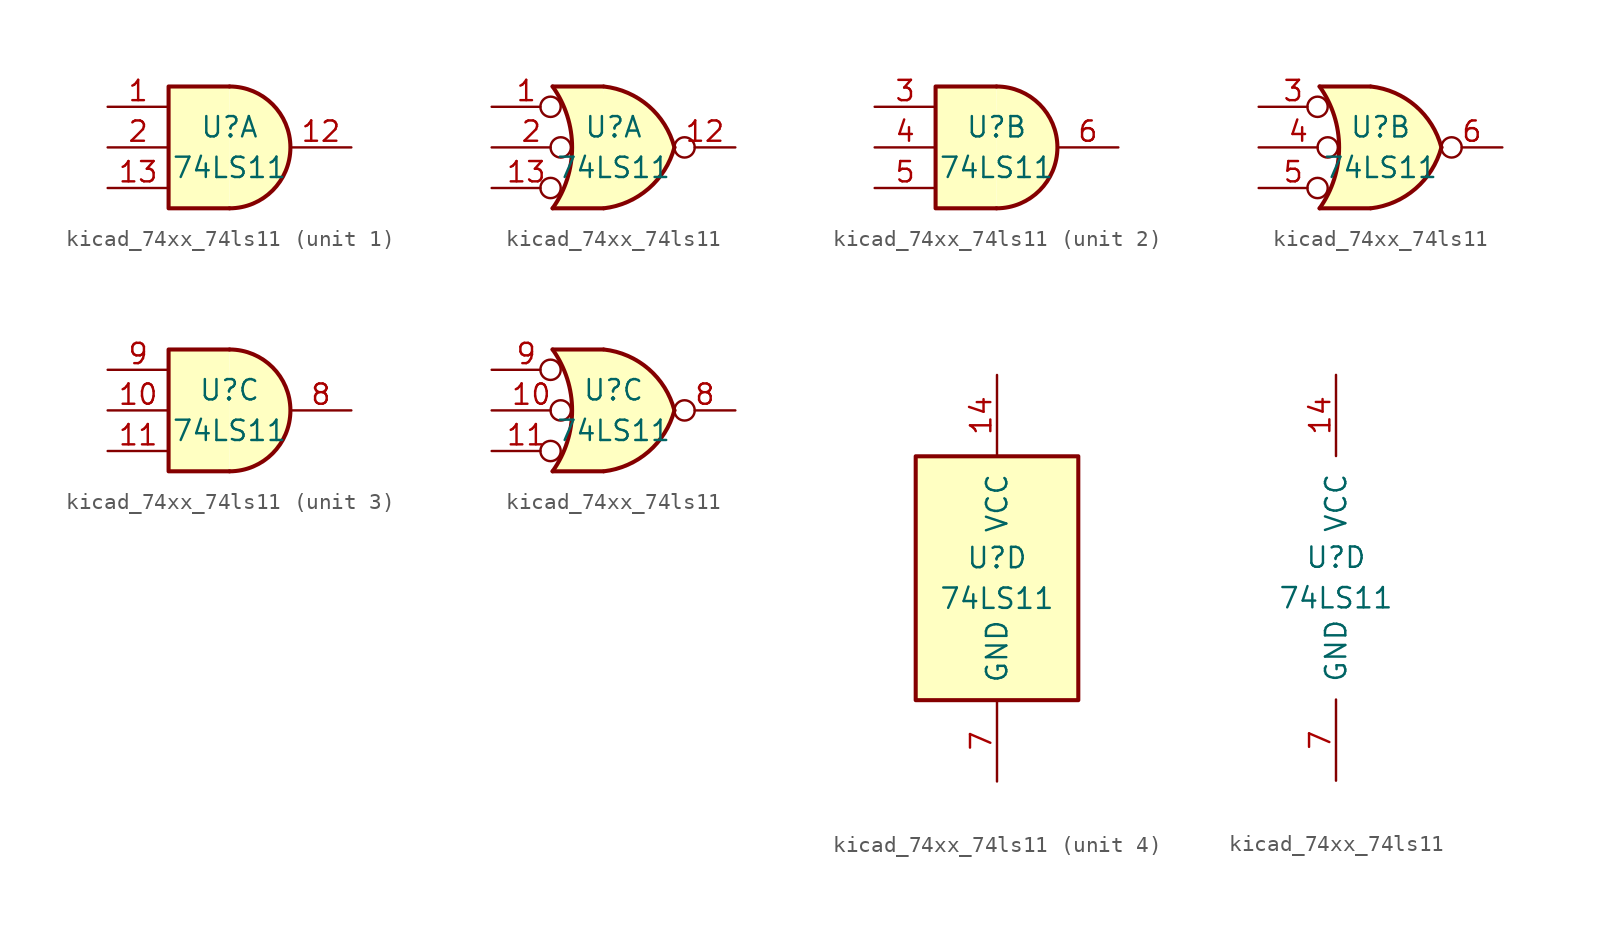
<source format=kicad_sym>
(kicad_symbol_lib
  (version 20220914)
  (generator kicad_symbol_editor)
  (symbol "kicad_74xx_74ls11"
    (pin_names
      (offset 1.016))
    (property "Reference" "U"
      (at 0 1.27 0)
      (effects (font (size 1.27 1.27))))
    (property "Value" "74LS11"
      (at 0 -1.27 0)
      (effects (font (size 1.27 1.27))))
    (property "ki_locked" ""
      (at 0 0 0)
      (effects (font (size 1.27 1.27))))
    (symbol "kicad_74xx_74ls11_1_1"
      (arc (start 0 -3.81) (mid 3.7934 0) (end 0 3.81) (stroke (width 0.254) (type default)) (fill (type background)))
      (polyline (pts (xy 0 3.81) (xy -3.81 3.81) (xy -3.81 -3.81) (xy 0 -3.81)) (stroke (width 0.254) (type default)) (fill (type background)))
      (pin input line (at -7.62 2.54 0) (length 3.81) (name "~" (effects (font (size 1.27 1.27)))) (number "1" (effects (font (size 1.27 1.27)))))
      (pin output line (at 7.62 0 180) (length 3.81) (name "~" (effects (font (size 1.27 1.27)))) (number "12" (effects (font (size 1.27 1.27)))))
      (pin input line (at -7.62 -2.54 0) (length 3.81) (name "~" (effects (font (size 1.27 1.27)))) (number "13" (effects (font (size 1.27 1.27)))))
      (pin input line (at -7.62 0 0) (length 3.81) (name "~" (effects (font (size 1.27 1.27)))) (number "2" (effects (font (size 1.27 1.27))))))
    (symbol "kicad_74xx_74ls11_1_2"
      (arc (start -3.81 -3.81) (mid -2.589 0) (end -3.81 3.81) (stroke (width 0.254) (type default)) (fill (type none)))
      (arc (start -0.6096 -3.81) (mid 2.1842 -2.5851) (end 3.81 0) (stroke (width 0.254) (type default)) (fill (type background)))
      (polyline (pts (xy -3.81 -3.81) (xy -0.635 -3.81)) (stroke (width 0.254) (type default)) (fill (type background)))
      (polyline (pts (xy -3.81 3.81) (xy -0.635 3.81)) (stroke (width 0.254) (type default)) (fill (type background)))
      (polyline (pts (xy -0.635 3.81) (xy -3.81 3.81) (xy -3.81 3.81) (xy -3.556 3.404) (xy -3.023 2.261) (xy -2.692 1.041) (xy -2.616 -0.254) (xy -2.769 -1.499) (xy -3.175 -2.718) (xy -3.81 -3.81) (xy -3.81 -3.81) (xy -0.635 -3.81)) (stroke (width -25.4) (type default)) (fill (type background)))
      (arc (start 3.81 0) (mid 2.1915 2.5936) (end -0.6096 3.81) (stroke (width 0.254) (type default)) (fill (type background)))
      (pin input inverted (at -7.62 2.54 0) (length 4.318) (name "~" (effects (font (size 1.27 1.27)))) (number "1" (effects (font (size 1.27 1.27)))))
      (pin output inverted (at 7.62 0 180) (length 3.81) (name "~" (effects (font (size 1.27 1.27)))) (number "12" (effects (font (size 1.27 1.27)))))
      (pin input inverted (at -7.62 -2.54 0) (length 4.318) (name "~" (effects (font (size 1.27 1.27)))) (number "13" (effects (font (size 1.27 1.27)))))
      (pin input inverted (at -7.62 0 0) (length 4.953) (name "~" (effects (font (size 1.27 1.27)))) (number "2" (effects (font (size 1.27 1.27))))))
    (symbol "kicad_74xx_74ls11_2_1"
      (arc (start 0 -3.81) (mid 3.7934 0) (end 0 3.81) (stroke (width 0.254) (type default)) (fill (type background)))
      (polyline (pts (xy 0 3.81) (xy -3.81 3.81) (xy -3.81 -3.81) (xy 0 -3.81)) (stroke (width 0.254) (type default)) (fill (type background)))
      (pin input line (at -7.62 2.54 0) (length 3.81) (name "~" (effects (font (size 1.27 1.27)))) (number "3" (effects (font (size 1.27 1.27)))))
      (pin input line (at -7.62 0 0) (length 3.81) (name "~" (effects (font (size 1.27 1.27)))) (number "4" (effects (font (size 1.27 1.27)))))
      (pin input line (at -7.62 -2.54 0) (length 3.81) (name "~" (effects (font (size 1.27 1.27)))) (number "5" (effects (font (size 1.27 1.27)))))
      (pin output line (at 7.62 0 180) (length 3.81) (name "~" (effects (font (size 1.27 1.27)))) (number "6" (effects (font (size 1.27 1.27))))))
    (symbol "kicad_74xx_74ls11_2_2"
      (arc (start -3.81 -3.81) (mid -2.589 0) (end -3.81 3.81) (stroke (width 0.254) (type default)) (fill (type none)))
      (arc (start -0.6096 -3.81) (mid 2.1842 -2.5851) (end 3.81 0) (stroke (width 0.254) (type default)) (fill (type background)))
      (polyline (pts (xy -3.81 -3.81) (xy -0.635 -3.81)) (stroke (width 0.254) (type default)) (fill (type background)))
      (polyline (pts (xy -3.81 3.81) (xy -0.635 3.81)) (stroke (width 0.254) (type default)) (fill (type background)))
      (polyline (pts (xy -0.635 3.81) (xy -3.81 3.81) (xy -3.81 3.81) (xy -3.556 3.404) (xy -3.023 2.261) (xy -2.692 1.041) (xy -2.616 -0.254) (xy -2.769 -1.499) (xy -3.175 -2.718) (xy -3.81 -3.81) (xy -3.81 -3.81) (xy -0.635 -3.81)) (stroke (width -25.4) (type default)) (fill (type background)))
      (arc (start 3.81 0) (mid 2.1915 2.5936) (end -0.6096 3.81) (stroke (width 0.254) (type default)) (fill (type background)))
      (pin input inverted (at -7.62 2.54 0) (length 4.318) (name "~" (effects (font (size 1.27 1.27)))) (number "3" (effects (font (size 1.27 1.27)))))
      (pin input inverted (at -7.62 0 0) (length 4.953) (name "~" (effects (font (size 1.27 1.27)))) (number "4" (effects (font (size 1.27 1.27)))))
      (pin input inverted (at -7.62 -2.54 0) (length 4.318) (name "~" (effects (font (size 1.27 1.27)))) (number "5" (effects (font (size 1.27 1.27)))))
      (pin output inverted (at 7.62 0 180) (length 3.81) (name "~" (effects (font (size 1.27 1.27)))) (number "6" (effects (font (size 1.27 1.27))))))
    (symbol "kicad_74xx_74ls11_3_1"
      (arc (start 0 -3.81) (mid 3.7934 0) (end 0 3.81) (stroke (width 0.254) (type default)) (fill (type background)))
      (polyline (pts (xy 0 3.81) (xy -3.81 3.81) (xy -3.81 -3.81) (xy 0 -3.81)) (stroke (width 0.254) (type default)) (fill (type background)))
      (pin input line (at -7.62 0 0) (length 3.81) (name "~" (effects (font (size 1.27 1.27)))) (number "10" (effects (font (size 1.27 1.27)))))
      (pin input line (at -7.62 -2.54 0) (length 3.81) (name "~" (effects (font (size 1.27 1.27)))) (number "11" (effects (font (size 1.27 1.27)))))
      (pin output line (at 7.62 0 180) (length 3.81) (name "~" (effects (font (size 1.27 1.27)))) (number "8" (effects (font (size 1.27 1.27)))))
      (pin input line (at -7.62 2.54 0) (length 3.81) (name "~" (effects (font (size 1.27 1.27)))) (number "9" (effects (font (size 1.27 1.27))))))
    (symbol "kicad_74xx_74ls11_3_2"
      (arc (start -3.81 -3.81) (mid -2.589 0) (end -3.81 3.81) (stroke (width 0.254) (type default)) (fill (type none)))
      (arc (start -0.6096 -3.81) (mid 2.1842 -2.5851) (end 3.81 0) (stroke (width 0.254) (type default)) (fill (type background)))
      (polyline (pts (xy -3.81 -3.81) (xy -0.635 -3.81)) (stroke (width 0.254) (type default)) (fill (type background)))
      (polyline (pts (xy -3.81 3.81) (xy -0.635 3.81)) (stroke (width 0.254) (type default)) (fill (type background)))
      (polyline (pts (xy -0.635 3.81) (xy -3.81 3.81) (xy -3.81 3.81) (xy -3.556 3.404) (xy -3.023 2.261) (xy -2.692 1.041) (xy -2.616 -0.254) (xy -2.769 -1.499) (xy -3.175 -2.718) (xy -3.81 -3.81) (xy -3.81 -3.81) (xy -0.635 -3.81)) (stroke (width -25.4) (type default)) (fill (type background)))
      (arc (start 3.81 0) (mid 2.1915 2.5936) (end -0.6096 3.81) (stroke (width 0.254) (type default)) (fill (type background)))
      (pin input inverted (at -7.62 0 0) (length 4.953) (name "~" (effects (font (size 1.27 1.27)))) (number "10" (effects (font (size 1.27 1.27)))))
      (pin input inverted (at -7.62 -2.54 0) (length 4.318) (name "~" (effects (font (size 1.27 1.27)))) (number "11" (effects (font (size 1.27 1.27)))))
      (pin output inverted (at 7.62 0 180) (length 3.81) (name "~" (effects (font (size 1.27 1.27)))) (number "8" (effects (font (size 1.27 1.27)))))
      (pin input inverted (at -7.62 2.54 0) (length 4.318) (name "~" (effects (font (size 1.27 1.27)))) (number "9" (effects (font (size 1.27 1.27))))))
    (symbol "kicad_74xx_74ls11_4_0"
      (pin power_in line (at 0 12.7 270) (length 5.08) (name "VCC" (effects (font (size 1.27 1.27)))) (number "14" (effects (font (size 1.27 1.27)))))
      (pin power_in line (at 0 -12.7 90) (length 5.08) (name "GND" (effects (font (size 1.27 1.27)))) (number "7" (effects (font (size 1.27 1.27))))))
    (symbol "kicad_74xx_74ls11_4_1"
      (rectangle (start -5.08 7.62) (end 5.08 -7.62) (stroke (width 0.254) (type default)) (fill (type background))))))
</source>
